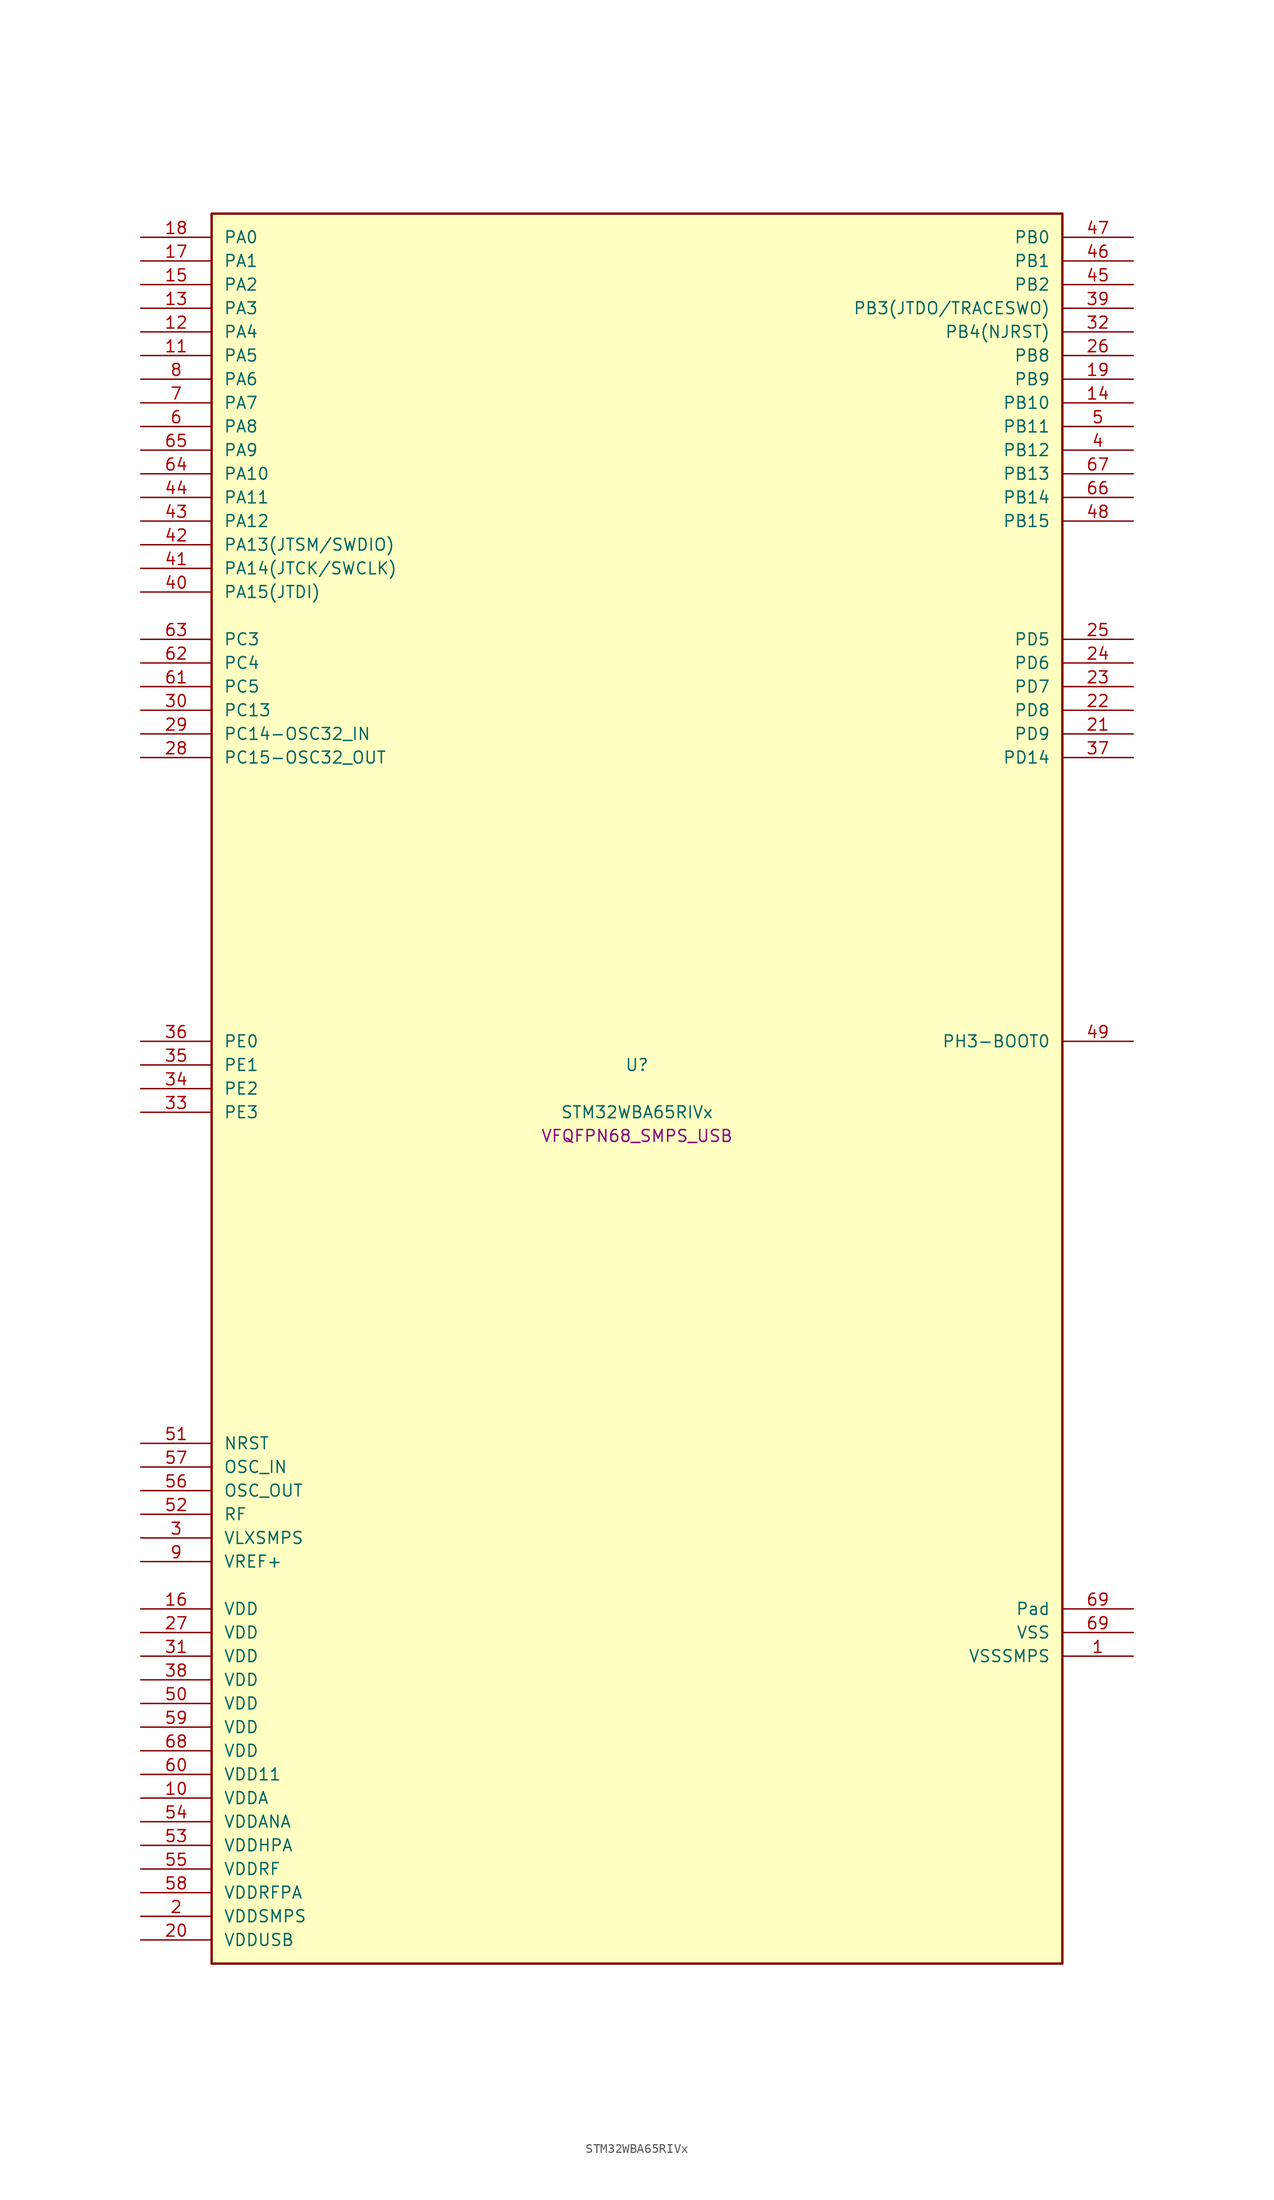
<source format=kicad_sym>
(kicad_symbol_lib
  (version 20241209)
  (generator "stm32_pkl_generator")
  (generator_version "1.0")
  (symbol "STM32WBA65RIVx"
    (pin_names
      (offset 1.27))
    (property "Reference" "U"
      (at 0 2.54 0))
    (property "Value" "STM32WBA65RIVx"
      (at 0 -2.54 0))
    (property "Footprint" "VFQFPN68_SMPS_USB"
      (at 0 -5.08 0))
    (symbol "STM32WBA65RIVx_1_1"
      (rectangle (start -45.72 93.98) (end 45.72 -93.98) (stroke (width 0.254) (type solid)) (fill (type background)))
      (pin bidirectional line (at -53.34 91.44 0) (length 7.62) (name "PA0") (number "18") (alternate "PA0/ADC4_IN9" bidirectional line) (alternate "PA0/COMP2_INP" bidirectional line) (alternate "PA0/LPTIM1_IN1" bidirectional line) (alternate "PA0/LPUART1_CTS" bidirectional line) (alternate "PA0/PWR_WKUP1" bidirectional line) (alternate "PA0/SPI3_SCK" bidirectional line) (alternate "PA0/TIM1_CH2N" bidirectional line) (alternate "PA0/TIM3_CH3" bidirectional line) (alternate "PA0/TIM3_ETR" bidirectional line) (alternate "PA0/TSC_G2_IO2" bidirectional line))
      (pin bidirectional line (at -53.34 88.9 0) (length 7.62) (name "PA1") (number "17") (alternate "PA1/ADC4_IN8" bidirectional line) (alternate "PA1/COMP1_INM" bidirectional line) (alternate "PA1/LPTIM2_CH2" bidirectional line) (alternate "PA1/LPUART1_RX" bidirectional line) (alternate "PA1/PWR_WKUP3" bidirectional line) (alternate "PA1/SAI1_CK1" bidirectional line) (alternate "PA1/SPI1_RDY" bidirectional line) (alternate "PA1/SPI3_MISO" bidirectional line) (alternate "PA1/TIM17_CH1" bidirectional line) (alternate "PA1/TIM1_CH1N" bidirectional line) (alternate "PA1/TIM3_CH2" bidirectional line) (alternate "PA1/TSC_G2_IO1" bidirectional line) (alternate "PA1/USART1_CK" bidirectional line))
      (pin bidirectional line (at -53.34 86.36 0) (length 7.62) (name "PA2") (number "15") (alternate "PA2/ADC4_IN7" bidirectional line) (alternate "PA2/COMP1_INP" bidirectional line) (alternate "PA2/LPUART1_TX" bidirectional line) (alternate "PA2/PWR_WKUP4" bidirectional line) (alternate "PA2/RCC_LSCO" bidirectional line) (alternate "PA2/SAI1_D1" bidirectional line) (alternate "PA2/TIM16_CH1" bidirectional line) (alternate "PA2/TIM1_BKIN" bidirectional line) (alternate "PA2/TIM3_CH1" bidirectional line) (alternate "PA2/TSC_G4_IO4" bidirectional line) (alternate "PA2/USART1_DE" bidirectional line) (alternate "PA2/USART1_RTS" bidirectional line))
      (pin bidirectional line (at -53.34 83.82 0) (length 7.62) (name "PA3") (number "13") (alternate "PA3/ADC4_IN6" bidirectional line) (alternate "PA3/PWR_WKUP5" bidirectional line) (alternate "PA3/TIM16_CH1N" bidirectional line) (alternate "PA3/TSC_G4_IO2" bidirectional line) (alternate "PA3/USART1_DE" bidirectional line) (alternate "PA3/USART1_RTS" bidirectional line))
      (pin bidirectional line (at -53.34 81.28 0) (length 7.62) (name "PA4") (number "12") (alternate "PA4/ADC4_IN5" bidirectional line) (alternate "PA4/AUDIOCLK" bidirectional line) (alternate "PA4/PWR_WKUP2" bidirectional line) (alternate "PA4/TAMP_IN6" bidirectional line) (alternate "PA4/TAMP_OUT3" bidirectional line) (alternate "PA4/TIM16_CH1" bidirectional line) (alternate "PA4/TSC_G4_IO1" bidirectional line) (alternate "PA4/USART1_CTS" bidirectional line))
      (pin bidirectional line (at -53.34 78.74 0) (length 7.62) (name "PA5") (number "11") (alternate "PA5/ADC4_IN4" bidirectional line) (alternate "PA5/AUDIOCLK" bidirectional line) (alternate "PA5/LPTIM2_ETR" bidirectional line) (alternate "PA5/PWR_CSLEEP" bidirectional line) (alternate "PA5/PWR_WKUP6" bidirectional line) (alternate "PA5/SAI1_D2" bidirectional line) (alternate "PA5/SPI3_NSS" bidirectional line) (alternate "PA5/TIM2_CH1" bidirectional line) (alternate "PA5/TIM2_ETR" bidirectional line) (alternate "PA5/TSC_G1_IO4" bidirectional line) (alternate "PA5/USART1_CK" bidirectional line) (alternate "PA5/USART3_RX" bidirectional line))
      (pin bidirectional line (at -53.34 76.2 0) (length 7.62) (name "PA6") (number "8") (alternate "PA6/ADC4_IN3" bidirectional line) (alternate "PA6/I2C3_SCL" bidirectional line) (alternate "PA6/PWR_CSTOP" bidirectional line) (alternate "PA6/PWR_WKUP7" bidirectional line) (alternate "PA6/SAI1_CK2" bidirectional line) (alternate "PA6/SAI1_MCLK_A" bidirectional line) (alternate "PA6/SPI3_RDY" bidirectional line) (alternate "PA6/TIM2_CH4" bidirectional line) (alternate "PA6/TSC_G1_IO3" bidirectional line) (alternate "PA6/USART1_DE" bidirectional line) (alternate "PA6/USART1_RTS" bidirectional line) (alternate "PA6/USART3_CTS" bidirectional line))
      (pin bidirectional line (at -53.34 73.66 0) (length 7.62) (name "PA7") (number "7") (alternate "PA7/ADC4_IN2" bidirectional line) (alternate "PA7/COMP1_OUT" bidirectional line) (alternate "PA7/I2C3_SDA" bidirectional line) (alternate "PA7/PWR_WKUP8" bidirectional line) (alternate "PA7/SAI1_SCK_A" bidirectional line) (alternate "PA7/SPI3_SCK" bidirectional line) (alternate "PA7/TAMP_IN1" bidirectional line) (alternate "PA7/TAMP_OUT2" bidirectional line) (alternate "PA7/TIM2_CH3" bidirectional line) (alternate "PA7/TSC_G1_IO2" bidirectional line) (alternate "PA7/USART1_CTS" bidirectional line) (alternate "PA7/USART3_TX" bidirectional line))
      (pin bidirectional line (at -53.34 71.12 0) (length 7.62) (name "PA8") (number "6") (alternate "PA8/ADC4_IN1" bidirectional line) (alternate "PA8/LPTIM1_CH2" bidirectional line) (alternate "PA8/RCC_MCO" bidirectional line) (alternate "PA8/SAI1_FS_A" bidirectional line) (alternate "PA8/SPI3_RDY" bidirectional line) (alternate "PA8/TIM2_CH2" bidirectional line) (alternate "PA8/TSC_G1_IO1" bidirectional line) (alternate "PA8/USART1_RX" bidirectional line) (alternate "PA8/USB_OTG_HS_SOF" bidirectional line))
      (pin bidirectional line (at -53.34 68.58 0) (length 7.62) (name "PA9") (number "65") (alternate "PA9/LPUART1_DE" bidirectional line) (alternate "PA9/LPUART1_RTS" bidirectional line) (alternate "PA9/SAI1_CK1" bidirectional line) (alternate "PA9/SPI2_MISO" bidirectional line) (alternate "PA9/SPI2_SCK" bidirectional line) (alternate "PA9/TIM3_CH2" bidirectional line))
      (pin bidirectional line (at -53.34 66.04 0) (length 7.62) (name "PA10") (number "64") (alternate "PA10/LPUART1_RX" bidirectional line) (alternate "PA10/SAI1_D1" bidirectional line) (alternate "PA10/SPI2_NSS" bidirectional line) (alternate "PA10/TIM3_CH1" bidirectional line))
      (pin bidirectional line (at -53.34 63.5 0) (length 7.62) (name "PA11") (number "44") (alternate "PA11/LPTIM2_CH1" bidirectional line) (alternate "PA11/RF_ANTSW1" bidirectional line) (alternate "PA11/TIM1_CH1" bidirectional line) (alternate "PA11/USART2_RX" bidirectional line))
      (pin bidirectional line (at -53.34 60.96 0) (length 7.62) (name "PA12") (number "43") (alternate "PA12/COMP2_OUT" bidirectional line) (alternate "PA12/PTA_STATUS" bidirectional line) (alternate "PA12/PWR_WKUP6" bidirectional line) (alternate "PA12/RF_ANTSW0" bidirectional line) (alternate "PA12/SPI1_NSS" bidirectional line) (alternate "PA12/TIM1_CH2" bidirectional line) (alternate "PA12/TSC_G3_IO4" bidirectional line) (alternate "PA12/USART2_TX" bidirectional line))
      (pin bidirectional line (at -53.34 58.42 0) (length 7.62) (name "PA13(JTSM/SWDIO)") (number "42") (alternate "PA13(JTSM/SWDIO)/DEBUG_JTMS-SWDIO" bidirectional line) (alternate "PA13(JTSM/SWDIO)/IR_OUT" bidirectional line) (alternate "PA13(JTSM/SWDIO)/PTA_PRIORITY" bidirectional line))
      (pin bidirectional line (at -53.34 55.88 0) (length 7.62) (name "PA14(JTCK/SWCLK)") (number "41") (alternate "PA14(JTCK/SWCLK)/COMP2_OUT" bidirectional line) (alternate "PA14(JTCK/SWCLK)/DEBUG_JTCK-SWCLK" bidirectional line) (alternate "PA14(JTCK/SWCLK)/I2C4_SMBA" bidirectional line) (alternate "PA14(JTCK/SWCLK)/PTA_STATUS" bidirectional line) (alternate "PA14(JTCK/SWCLK)/TAMP_IN3" bidirectional line) (alternate "PA14(JTCK/SWCLK)/TAMP_OUT6" bidirectional line) (alternate "PA14(JTCK/SWCLK)/USART2_TX" bidirectional line) (alternate "PA14(JTCK/SWCLK)/USB_OTG_HS_SOF" bidirectional line))
      (pin bidirectional line (at -53.34 53.34 0) (length 7.62) (name "PA15(JTDI)") (number "40") (alternate "PA15(JTDI)/ADC4_EXTI15" bidirectional line) (alternate "PA15(JTDI)/DEBUG_JTDI" bidirectional line) (alternate "PA15(JTDI)/I2C1_SCL" bidirectional line) (alternate "PA15(JTDI)/LPTIM1_CH2" bidirectional line) (alternate "PA15(JTDI)/PTA_STATUS" bidirectional line) (alternate "PA15(JTDI)/SPI1_MOSI" bidirectional line) (alternate "PA15(JTDI)/TIM17_BKIN" bidirectional line) (alternate "PA15(JTDI)/TIM1_ETR" bidirectional line) (alternate "PA15(JTDI)/TSC_G3_IO3" bidirectional line) (alternate "PA15(JTDI)/USART2_DE" bidirectional line) (alternate "PA15(JTDI)/USART2_RTS" bidirectional line) (alternate "PA15(JTDI)/USART3_DE" bidirectional line) (alternate "PA15(JTDI)/USART3_RTS" bidirectional line))
      (pin bidirectional line (at 53.34 91.44 180) (length 7.62) (name "PB0") (number "47") (alternate "PB0/LPTIM2_IN2" bidirectional line) (alternate "PB0/SPI2_MOSI" bidirectional line) (alternate "PB0/TIM1_CH3N" bidirectional line) (alternate "PB0/USART2_TX" bidirectional line) (alternate "PB0/USART3_CK" bidirectional line))
      (pin bidirectional line (at 53.34 88.9 180) (length 7.62) (name "PB1") (number "46") (alternate "PB1/I2C1_SDA" bidirectional line) (alternate "PB1/I2C3_SDA" bidirectional line) (alternate "PB1/PWR_WKUP4" bidirectional line) (alternate "PB1/TIM1_CH2N" bidirectional line) (alternate "PB1/USART2_DE" bidirectional line) (alternate "PB1/USART2_RTS" bidirectional line) (alternate "PB1/USART3_DE" bidirectional line) (alternate "PB1/USART3_RTS" bidirectional line))
      (pin bidirectional line (at 53.34 86.36 180) (length 7.62) (name "PB2") (number "45") (alternate "PB2/I2C1_SCL" bidirectional line) (alternate "PB2/I2C3_SCL" bidirectional line) (alternate "PB2/PWR_WKUP1" bidirectional line) (alternate "PB2/RF_ANTSW2" bidirectional line) (alternate "PB2/RTC_OUT2" bidirectional line) (alternate "PB2/TIM1_CH1N" bidirectional line) (alternate "PB2/USART2_CTS" bidirectional line))
      (pin bidirectional line (at 53.34 83.82 180) (length 7.62) (name "PB3(JTDO/TRACESWO)") (number "39") (alternate "PB3(JTDO/TRACESWO)/DEBUG_JTDO-SWO" bidirectional line) (alternate "PB3(JTDO/TRACESWO)/I2C1_SDA" bidirectional line) (alternate "PB3(JTDO/TRACESWO)/LPTIM1_IN2" bidirectional line) (alternate "PB3(JTDO/TRACESWO)/PTA_ACTIVE" bidirectional line) (alternate "PB3(JTDO/TRACESWO)/SPI1_MISO" bidirectional line) (alternate "PB3(JTDO/TRACESWO)/TIM17_CH1N" bidirectional line) (alternate "PB3(JTDO/TRACESWO)/TIM1_CH4" bidirectional line) (alternate "PB3(JTDO/TRACESWO)/TSC_G3_IO2" bidirectional line) (alternate "PB3(JTDO/TRACESWO)/USART2_CK" bidirectional line))
      (pin bidirectional line (at 53.34 81.28 180) (length 7.62) (name "PB4(NJRST)") (number "32") (alternate "PB4(NJRST)/DEBUG_NJTRST" bidirectional line) (alternate "PB4(NJRST)/LPTIM2_IN2" bidirectional line) (alternate "PB4(NJRST)/PTA_ACTIVE" bidirectional line) (alternate "PB4(NJRST)/PTA_PRIORITY" bidirectional line) (alternate "PB4(NJRST)/SAI1_MCLK_B" bidirectional line) (alternate "PB4(NJRST)/SPI1_SCK" bidirectional line) (alternate "PB4(NJRST)/TIM17_CH1" bidirectional line) (alternate "PB4(NJRST)/TIM1_CH3" bidirectional line) (alternate "PB4(NJRST)/TSC_G3_IO1" bidirectional line) (alternate "PB4(NJRST)/USART2_RX" bidirectional line))
      (pin bidirectional line (at 53.34 78.74 180) (length 7.62) (name "PB8") (number "26") (alternate "PB8/COMP1_OUT" bidirectional line) (alternate "PB8/LPTIM1_ETR" bidirectional line) (alternate "PB8/PWR_PVD_IN" bidirectional line) (alternate "PB8/SPI3_MOSI" bidirectional line) (alternate "PB8/TIM16_CH1N" bidirectional line) (alternate "PB8/TIM1_CH1" bidirectional line) (alternate "PB8/TIM3_ETR" bidirectional line) (alternate "PB8/TIM4_CH3" bidirectional line) (alternate "PB8/TSC_G2_IO4" bidirectional line) (alternate "PB8/USART2_RX" bidirectional line))
      (pin bidirectional line (at 53.34 76.2 180) (length 7.62) (name "PB9") (number "19") (alternate "PB9/ADC4_IN10" bidirectional line) (alternate "PB9/COMP2_INM" bidirectional line) (alternate "PB9/IR_OUT" bidirectional line) (alternate "PB9/LPTIM2_IN1" bidirectional line) (alternate "PB9/LPUART1_DE" bidirectional line) (alternate "PB9/LPUART1_RTS" bidirectional line) (alternate "PB9/PWR_WKUP8" bidirectional line) (alternate "PB9/SPI2_NSS" bidirectional line) (alternate "PB9/SPI3_MISO" bidirectional line) (alternate "PB9/TIM16_CH1" bidirectional line) (alternate "PB9/TIM1_CH3N" bidirectional line) (alternate "PB9/TIM3_CH4" bidirectional line) (alternate "PB9/TIM4_CH4" bidirectional line) (alternate "PB9/TSC_G2_IO3" bidirectional line))
      (pin bidirectional line (at 53.34 73.66 180) (length 7.62) (name "PB10") (number "14") (alternate "PB10/I2C2_SCL" bidirectional line) (alternate "PB10/I2C4_SCL" bidirectional line) (alternate "PB10/SPI2_SCK" bidirectional line) (alternate "PB10/TIM16_BKIN" bidirectional line) (alternate "PB10/TSC_G4_IO3" bidirectional line) (alternate "PB10/USART1_CK" bidirectional line) (alternate "PB10/USART3_TX" bidirectional line))
      (pin bidirectional line (at 53.34 71.12 180) (length 7.62) (name "PB11") (number "5") (alternate "PB11/I2C2_SDA" bidirectional line) (alternate "PB11/I2C4_SDA" bidirectional line) (alternate "PB11/LPTIM1_CH1" bidirectional line) (alternate "PB11/LPTIM1_ETR" bidirectional line) (alternate "PB11/LPUART1_TX" bidirectional line) (alternate "PB11/SPI2_RDY" bidirectional line) (alternate "PB11/USART3_RX" bidirectional line))
      (pin bidirectional line (at 53.34 68.58 180) (length 7.62) (name "PB12") (number "4") (alternate "PB12/I2C2_SMBA" bidirectional line) (alternate "PB12/SAI1_SD_A" bidirectional line) (alternate "PB12/SPI1_RDY" bidirectional line) (alternate "PB12/SPI2_NSS" bidirectional line) (alternate "PB12/TIM2_CH1" bidirectional line) (alternate "PB12/TIM2_ETR" bidirectional line) (alternate "PB12/TIM3_ETR" bidirectional line) (alternate "PB12/TSC_SYNC" bidirectional line) (alternate "PB12/USART1_TX" bidirectional line) (alternate "PB12/USART3_CK" bidirectional line))
      (pin bidirectional line (at 53.34 66.04 180) (length 7.62) (name "PB13") (number "67") (alternate "PB13/I2C2_SCL" bidirectional line) (alternate "PB13/SPI2_SCK" bidirectional line) (alternate "PB13/TIM3_CH4" bidirectional line) (alternate "PB13/TSC_G6_IO2" bidirectional line) (alternate "PB13/USART3_CTS" bidirectional line))
      (pin bidirectional line (at 53.34 63.5 180) (length 7.62) (name "PB14") (number "66") (alternate "PB14/I2C2_SDA" bidirectional line) (alternate "PB14/PWR_WKUP7" bidirectional line) (alternate "PB14/RTC_REFIN" bidirectional line) (alternate "PB14/SAI1_SD_A" bidirectional line) (alternate "PB14/SPI2_MISO" bidirectional line) (alternate "PB14/TIM3_CH3" bidirectional line) (alternate "PB14/TSC_G6_IO1" bidirectional line) (alternate "PB14/USART1_TX" bidirectional line) (alternate "PB14/USART3_DE" bidirectional line) (alternate "PB14/USART3_RTS" bidirectional line))
      (pin bidirectional line (at 53.34 60.96 180) (length 7.62) (name "PB15") (number "48") (alternate "PB15/ADC4_EXTI15" bidirectional line) (alternate "PB15/I2C1_SMBA" bidirectional line) (alternate "PB15/I2C3_SMBA" bidirectional line) (alternate "PB15/LPUART1_CTS" bidirectional line) (alternate "PB15/PTA_GRANT" bidirectional line) (alternate "PB15/RF_EXTPABYP" bidirectional line) (alternate "PB15/TIM16_BKIN" bidirectional line) (alternate "PB15/TIM1_BKIN2" bidirectional line) (alternate "PB15/USART2_CTS" bidirectional line))
      (pin bidirectional line (at -53.34 48.26 0) (length 7.62) (name "PC3") (number "63") (alternate "PC3/LPTIM1_ETR" bidirectional line) (alternate "PC3/LPTIM2_ETR" bidirectional line) (alternate "PC3/SAI1_D1" bidirectional line) (alternate "PC3/SAI1_SD_A" bidirectional line) (alternate "PC3/SPI2_MOSI" bidirectional line) (alternate "PC3/SPI3_MOSI" bidirectional line) (alternate "PC3/TIM3_CH1" bidirectional line))
      (pin bidirectional line (at -53.34 45.72 0) (length 7.62) (name "PC4") (number "62") (alternate "PC4/LPTIM2_CH2" bidirectional line) (alternate "PC4/SAI1_D2" bidirectional line) (alternate "PC4/SAI1_FS_A" bidirectional line) (alternate "PC4/SPI3_MISO" bidirectional line) (alternate "PC4/TIM3_CH2" bidirectional line) (alternate "PC4/USART3_TX" bidirectional line))
      (pin bidirectional line (at -53.34 43.18 0) (length 7.62) (name "PC5") (number "61") (alternate "PC5/SAI1_D3" bidirectional line) (alternate "PC5/SAI1_SD_B" bidirectional line) (alternate "PC5/TIM1_CH4N" bidirectional line) (alternate "PC5/USART3_RX" bidirectional line))
      (pin bidirectional line (at -53.34 40.64 0) (length 7.62) (name "PC13") (number "30") (alternate "PC13/PWR_WKUP2" bidirectional line) (alternate "PC13/RTC_OUT1" bidirectional line) (alternate "PC13/RTC_TS" bidirectional line) (alternate "PC13/TAMP_IN4" bidirectional line) (alternate "PC13/TAMP_OUT5" bidirectional line) (alternate "PC13/TIM1_BKIN2" bidirectional line) (alternate "PC13/TSC_G5_IO1" bidirectional line))
      (pin bidirectional line (at -53.34 38.1 0) (length 7.62) (name "PC14-OSC32_IN") (number "29") (alternate "PC14-OSC32_IN/RCC_OSC32_IN" bidirectional line))
      (pin bidirectional line (at -53.34 35.56 0) (length 7.62) (name "PC15-OSC32_OUT") (number "28") (alternate "PC15-OSC32_OUT/ADC4_EXTI15" bidirectional line) (alternate "PC15-OSC32_OUT/RCC_OSC32_OUT" bidirectional line))
      (pin bidirectional line (at 53.34 48.26 180) (length 7.62) (name "PD5") (number "25") (alternate "PD5/SAI1_D1" bidirectional line) (alternate "PD5/SAI1_SD_A" bidirectional line) (alternate "PD5/SPI3_MOSI" bidirectional line) (alternate "PD5/USART2_RX" bidirectional line))
      (pin bidirectional line (at 53.34 45.72 180) (length 7.62) (name "PD6") (number "24") (alternate "PD6/USB_OTG_HS_DP" bidirectional line))
      (pin bidirectional line (at 53.34 43.18 180) (length 7.62) (name "PD7") (number "23") (alternate "PD7/USB_OTG_HS_DM" bidirectional line))
      (pin bidirectional line (at 53.34 40.64 180) (length 7.62) (name "PD8") (number "22") (alternate "PD8/USART2_CK" bidirectional line) (alternate "PD8/USB_OTG_HS_ID" bidirectional line))
      (pin bidirectional line (at 53.34 38.1 180) (length 7.62) (name "PD9") (number "21") (alternate "PD9/USART2_TX" bidirectional line) (alternate "PD9/USART3_TX" bidirectional line) (alternate "PD9/USB_OTG_HS_VBUS" bidirectional line))
      (pin bidirectional line (at 53.34 35.56 180) (length 7.62) (name "PD14") (number "37") (alternate "PD14/DEBUG_TRACED3" bidirectional line) (alternate "PD14/TIM4_CH3" bidirectional line))
      (pin bidirectional line (at -53.34 5.08 0) (length 7.62) (name "PE0") (number "36") (alternate "PE0/DEBUG_TRACECLK" bidirectional line) (alternate "PE0/TIM16_CH1" bidirectional line) (alternate "PE0/TIM4_ETR" bidirectional line) (alternate "PE0/TSC_G7_IO4" bidirectional line))
      (pin bidirectional line (at -53.34 2.54 0) (length 7.62) (name "PE1") (number "35") (alternate "PE1/DEBUG_TRACED0" bidirectional line) (alternate "PE1/TIM17_CH1" bidirectional line) (alternate "PE1/TSC_G7_IO3" bidirectional line))
      (pin bidirectional line (at -53.34 0 0) (length 7.62) (name "PE2") (number "34") (alternate "PE2/DEBUG_TRACED1" bidirectional line) (alternate "PE2/SAI1_CK1" bidirectional line) (alternate "PE2/SAI1_MCLK_A" bidirectional line) (alternate "PE2/TIM3_ETR" bidirectional line) (alternate "PE2/TSC_G7_IO2" bidirectional line))
      (pin bidirectional line (at -53.34 -2.54 0) (length 7.62) (name "PE3") (number "33") (alternate "PE3/DEBUG_TRACED2" bidirectional line) (alternate "PE3/SAI1_SD_B" bidirectional line) (alternate "PE3/TIM3_CH1" bidirectional line) (alternate "PE3/TSC_G7_IO1" bidirectional line))
      (pin bidirectional line (at 53.34 5.08 180) (length 7.62) (name "PH3-BOOT0") (number "49") (alternate "PH3-BOOT0/PTA_GRANT" bidirectional line) (alternate "PH3-BOOT0/RF_EXTPABYP" bidirectional line) (alternate "PH3-BOOT0/TAMP_IN2" bidirectional line) (alternate "PH3-BOOT0/TAMP_OUT1" bidirectional line))
      (pin input line (at -53.34 -38.1 0) (length 7.62) (name "NRST") (number "51"))
      (pin bidirectional line (at -53.34 -40.64 0) (length 7.62) (name "OSC_IN") (number "57") (alternate "OSC_IN/RCC_OSC_IN" bidirectional line))
      (pin bidirectional line (at -53.34 -43.18 0) (length 7.62) (name "OSC_OUT") (number "56") (alternate "OSC_OUT/RCC_OSC_OUT" bidirectional line))
      (pin bidirectional line (at -53.34 -45.72 0) (length 7.62) (name "RF") (number "52"))
      (pin power_in line (at -53.34 -48.26 0) (length 7.62) (name "VLXSMPS") (number "3"))
      (pin bidirectional line (at -53.34 -50.8 0) (length 7.62) (name "VREF+") (number "9"))
      (pin power_in line (at -53.34 -55.88 0) (length 7.62) (name "VDD") (number "16"))
      (pin power_in line (at -53.34 -58.42 0) (length 7.62) (name "VDD") (number "27"))
      (pin power_in line (at -53.34 -60.96 0) (length 7.62) (name "VDD") (number "31"))
      (pin power_in line (at -53.34 -63.5 0) (length 7.62) (name "VDD") (number "38"))
      (pin power_in line (at -53.34 -66.04 0) (length 7.62) (name "VDD") (number "50"))
      (pin power_in line (at -53.34 -68.58 0) (length 7.62) (name "VDD") (number "59"))
      (pin power_in line (at -53.34 -71.12 0) (length 7.62) (name "VDD") (number "68"))
      (pin power_in line (at -53.34 -73.66 0) (length 7.62) (name "VDD11") (number "60"))
      (pin power_in line (at -53.34 -76.2 0) (length 7.62) (name "VDDA") (number "10"))
      (pin power_in line (at -53.34 -78.74 0) (length 7.62) (name "VDDANA") (number "54"))
      (pin power_in line (at -53.34 -81.28 0) (length 7.62) (name "VDDHPA") (number "53"))
      (pin power_in line (at -53.34 -83.82 0) (length 7.62) (name "VDDRF") (number "55"))
      (pin power_in line (at -53.34 -86.36 0) (length 7.62) (name "VDDRFPA") (number "58"))
      (pin power_in line (at -53.34 -88.9 0) (length 7.62) (name "VDDSMPS") (number "2"))
      (pin power_in line (at -53.34 -91.44 0) (length 7.62) (name "VDDUSB") (number "20"))
      (pin passive line (at 53.34 -55.88 180) (length 7.62) (name "Pad") (number "69"))
      (pin power_in line (at 53.34 -58.42 180) (length 7.62) (name "VSS") (number "69"))
      (pin power_in line (at 53.34 -60.96 180) (length 7.62) (name "VSSSMPS") (number "1")))))
</source>
